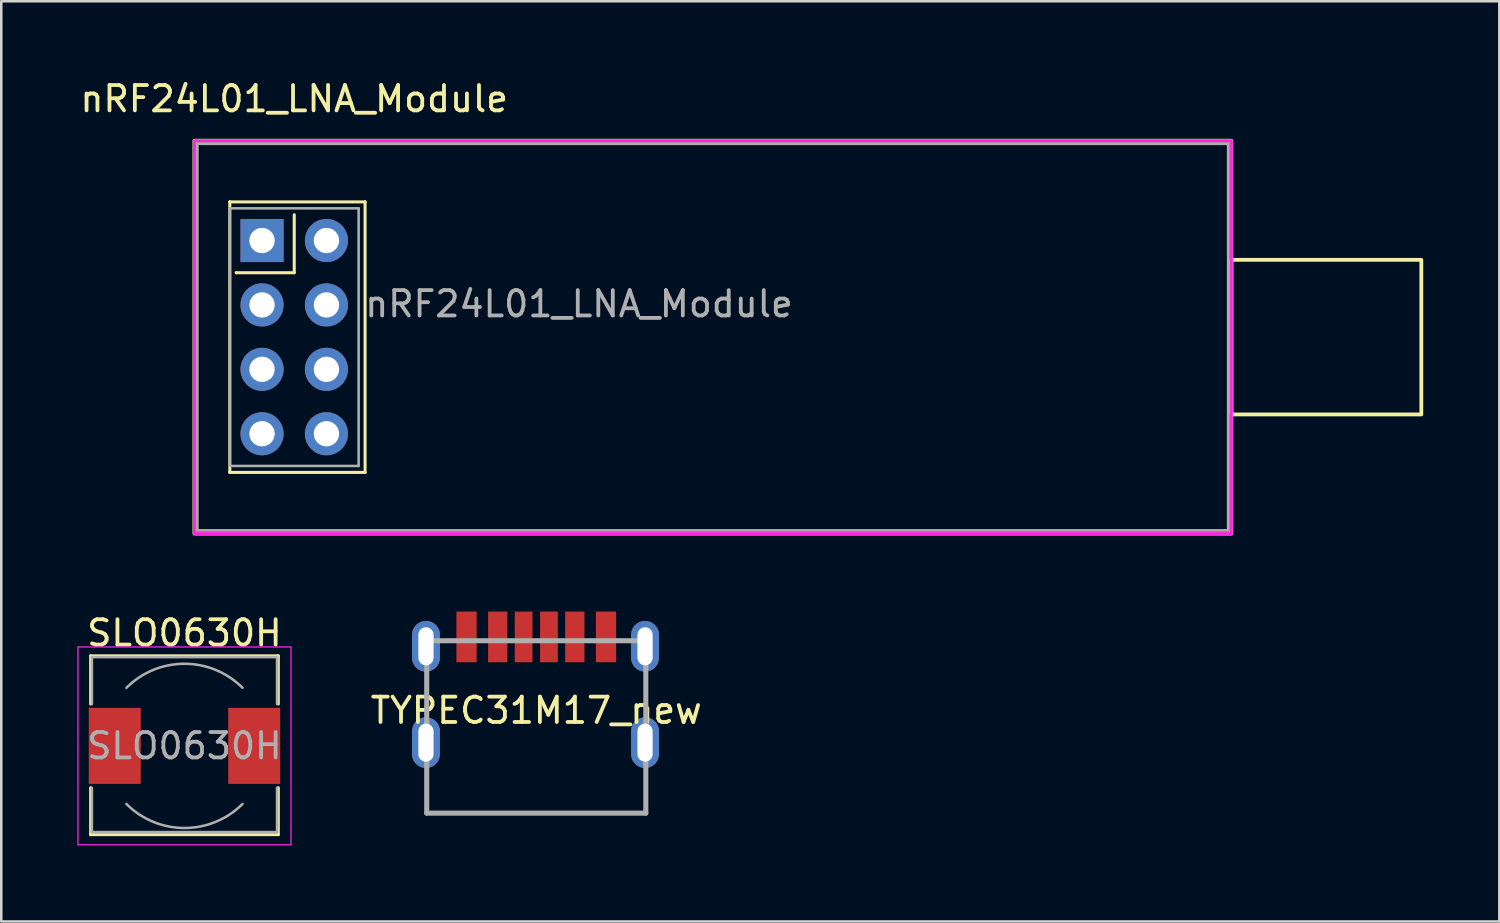
<source format=kicad_pcb>
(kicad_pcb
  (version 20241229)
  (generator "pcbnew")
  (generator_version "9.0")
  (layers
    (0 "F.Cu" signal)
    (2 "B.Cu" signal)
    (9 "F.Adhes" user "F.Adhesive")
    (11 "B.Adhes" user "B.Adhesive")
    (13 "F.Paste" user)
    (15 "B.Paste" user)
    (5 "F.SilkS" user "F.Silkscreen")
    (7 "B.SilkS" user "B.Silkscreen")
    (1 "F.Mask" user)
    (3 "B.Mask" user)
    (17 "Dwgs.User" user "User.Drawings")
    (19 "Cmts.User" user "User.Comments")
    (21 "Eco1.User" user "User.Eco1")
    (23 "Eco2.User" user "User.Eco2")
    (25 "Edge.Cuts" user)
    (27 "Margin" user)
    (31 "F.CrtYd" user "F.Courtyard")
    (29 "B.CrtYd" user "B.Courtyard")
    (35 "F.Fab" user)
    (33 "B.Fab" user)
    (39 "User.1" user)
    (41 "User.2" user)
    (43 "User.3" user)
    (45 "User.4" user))
  (footprint "nRF24L01_LNA_Module"
    (layer "F.Cu")
    (at 7.284 6.436)
    (property "Reference" "nRF24L01_LNA_Module" (at 1.27 -5.588 0) (layer "F.SilkS") (effects (font (size 1 1) (thickness 0.15))))
    (attr through_hole)
    (fp_line (start -1.27 -1.524) (end -1.27 -1.524) (stroke (width 0.12) (type solid)) (layer "F.SilkS"))
    (fp_line (start -1.27 -1.524) (end 4.064 -1.524) (stroke (width 0.12) (type solid)) (layer "F.SilkS"))
    (fp_line (start -1.27 9.144) (end -1.27 -1.524) (stroke (width 0.12) (type solid)) (layer "F.SilkS"))
    (fp_line (start -1.27 9.144) (end -1.27 9.144) (stroke (width 0.12) (type solid)) (layer "F.SilkS"))
    (fp_line (start -1.016 1.27) (end -1.016 1.27) (stroke (width 0.12) (type solid)) (layer "F.SilkS"))
    (fp_line (start 1.27 -1.016) (end 1.27 1.27) (stroke (width 0.12) (type solid)) (layer "F.SilkS"))
    (fp_line (start 1.27 1.27) (end -1.016 1.27) (stroke (width 0.12) (type solid)) (layer "F.SilkS"))
    (fp_line (start 4.064 -1.524) (end 4.064 9.144) (stroke (width 0.12) (type solid)) (layer "F.SilkS"))
    (fp_line (start 4.064 9.144) (end -1.27 9.144) (stroke (width 0.12) (type solid)) (layer "F.SilkS"))
    (fp_rect (start -2.667 -3.937) (end 38.227 11.557) (stroke (width 0.15) (type solid)) (fill no) (layer "F.SilkS"))
    (fp_rect (start 38.227 0.762) (end 45.72 6.858) (stroke (width 0.15) (type solid)) (fill no) (layer "F.SilkS"))
    (fp_rect (start -2.667 -3.937) (end 38.227 11.557) (stroke (width 0.12) (type solid)) (fill no) (layer "F.CrtYd"))
    (fp_line (start -1.27 -1.27) (end -1.27 -1.27) (stroke (width 0.1) (type solid)) (layer "F.Fab"))
    (fp_line (start -1.27 -1.27) (end 3.81 -1.27) (stroke (width 0.1) (type solid)) (layer "F.Fab"))
    (fp_line (start -1.27 8.89) (end -1.27 -1.27) (stroke (width 0.1) (type solid)) (layer "F.Fab"))
    (fp_line (start 3.81 -1.27) (end 3.81 8.89) (stroke (width 0.1) (type solid)) (layer "F.Fab"))
    (fp_line (start 3.81 8.89) (end -1.27 8.89) (stroke (width 0.1) (type solid)) (layer "F.Fab"))
    (fp_rect (start -2.549 -3.812) (end 38.1 11.43) (stroke (width 0.1) (type solid)) (fill no) (layer "F.Fab"))
    (fp_text user "${REFERENCE}" (at 12.5 2.5 0) (layer "F.Fab") (effects (font (size 1 1) (thickness 0.15))))
    (pad "1" thru_hole rect (at 0 0) (size 1.7 1.7) (drill 1) (layers "*.Cu" "*.Mask"))
    (pad "2" thru_hole circle (at 2.54 0) (size 1.7 1.7) (drill 1) (layers "*.Cu" "*.Mask"))
    (pad "3" thru_hole circle (at 0 2.54) (size 1.7 1.7) (drill 1) (layers "*.Cu" "*.Mask"))
    (pad "4" thru_hole circle (at 2.54 2.54) (size 1.7 1.7) (drill 1) (layers "*.Cu" "*.Mask"))
    (pad "5" thru_hole circle (at 0 5.08) (size 1.7 1.7) (drill 1) (layers "*.Cu" "*.Mask"))
    (pad "6" thru_hole circle (at 2.54 5.08) (size 1.7 1.7) (drill 1) (layers "*.Cu" "*.Mask"))
    (pad "7" thru_hole circle (at 0 7.62) (size 1.7 1.7) (drill 1) (layers "*.Cu" "*.Mask"))
    (pad "8" thru_hole circle (at 2.54 7.62) (size 1.7 1.7) (drill 1) (layers "*.Cu" "*.Mask")))
  (footprint "TYPEC31M17_new"
    (layer "F.Cu")
    (at 18.099 29.018)
    (property "Reference" "TYPEC31M17_new" (at 0 -4.05 0) (layer "F.SilkS") (effects (font (size 1 1) (thickness 0.15))))
    (attr through_hole)
    (fp_line (start -4.32 0) (end 4.32 0) (stroke (width 0.1) (type solid)) (layer "F.SilkS"))
    (fp_line (start -4.32 -6.8) (end 4.32 -6.8) (stroke (width 0.2) (type solid)) (layer "F.Fab"))
    (fp_line (start -4.32 0) (end -4.32 -6.8) (stroke (width 0.2) (type solid)) (layer "F.Fab"))
    (fp_line (start 4.32 -6.8) (end 4.32 0) (stroke (width 0.2) (type solid)) (layer "F.Fab"))
    (fp_line (start 4.32 0) (end -4.32 0) (stroke (width 0.2) (type solid)) (layer "F.Fab"))
    (pad "A5" smd rect (at -0.5 -6.95 90) (size 2 0.7) (layers "F.Cu" "F.Mask" "F.Paste"))
    (pad "A9" smd rect (at 1.52 -6.95 90) (size 2 0.76) (layers "F.Cu" "F.Mask" "F.Paste"))
    (pad "A12" smd rect (at 2.75 -6.95 90) (size 2 0.8) (layers "F.Cu" "F.Mask" "F.Paste"))
    (pad "B5" smd rect (at 0.5 -6.95 90) (size 2 0.7) (layers "F.Cu" "F.Mask" "F.Paste"))
    (pad "B9" smd rect (at -1.52 -6.95 90) (size 2 0.76) (layers "F.Cu" "F.Mask" "F.Paste"))
    (pad "B12" smd rect (at -2.75 -6.95 90) (size 2 0.8) (layers "F.Cu" "F.Mask" "F.Paste"))
    (pad "MH1" thru_hole oval (at -4.35 -2.78) (size 1.1 2) (drill oval 0.6 1.5) (layers "*.Cu" "*.Mask"))
    (pad "MH2" thru_hole oval (at 4.29 -2.78) (size 1.1 2) (drill oval 0.6 1.5) (layers "*.Cu" "*.Mask"))
    (pad "MH3" thru_hole oval (at 4.29 -6.58) (size 1.1 2) (drill oval 0.6 1.5) (layers "*.Cu" "*.Mask"))
    (pad "MH4" thru_hole oval (at -4.35 -6.58) (size 1.1 2) (drill oval 0.6 1.5) (layers "*.Cu" "*.Mask")))
  (footprint "SLO0630H"
    (layer "F.Cu")
    (at 4.225 26.366)
    (property "Reference" "SLO0630H" (at 0 -4.45 0) (layer "F.SilkS") (effects (font (size 1 1) (thickness 0.15))))
    (attr smd)
    (fp_line (start -3.7 -3.55) (end 3.7 -3.55) (stroke (width 0.12) (type solid)) (layer "F.SilkS"))
    (fp_line (start -3.7 -1.65) (end -3.7 -3.55) (stroke (width 0.12) (type solid)) (layer "F.SilkS"))
    (fp_line (start -3.7 3.5) (end -3.7 1.65) (stroke (width 0.12) (type solid)) (layer "F.SilkS"))
    (fp_line (start 3.7 -3.55) (end 3.7 -1.65) (stroke (width 0.12) (type solid)) (layer "F.SilkS"))
    (fp_line (start 3.7 1.65) (end 3.7 3.5) (stroke (width 0.12) (type solid)) (layer "F.SilkS"))
    (fp_line (start 3.7 3.5) (end -3.7 3.5) (stroke (width 0.12) (type solid)) (layer "F.SilkS"))
    (fp_line (start -4.2 -3.9) (end -4.2 3.9) (stroke (width 0.05) (type solid)) (layer "F.CrtYd"))
    (fp_line (start -4.2 3.9) (end 4.2 3.9) (stroke (width 0.05) (type solid)) (layer "F.CrtYd"))
    (fp_line (start 4.2 -3.9) (end -4.2 -3.9) (stroke (width 0.05) (type solid)) (layer "F.CrtYd"))
    (fp_line (start 4.2 3.9) (end 4.2 -3.9) (stroke (width 0.05) (type solid)) (layer "F.CrtYd"))
    (fp_line (start -3.65 -3.5) (end -3.65 -1.65) (stroke (width 0.1) (type solid)) (layer "F.Fab"))
    (fp_line (start -3.65 -3.5) (end 3.65 -3.5) (stroke (width 0.1) (type solid)) (layer "F.Fab"))
    (fp_line (start -3.65 3.4) (end -3.65 1.65) (stroke (width 0.1) (type solid)) (layer "F.Fab"))
    (fp_line (start 3.65 -3.5) (end 3.65 -1.65) (stroke (width 0.1) (type solid)) (layer "F.Fab"))
    (fp_line (start 3.65 3.4) (end -3.65 3.4) (stroke (width 0.1) (type solid)) (layer "F.Fab"))
    (fp_line (start 3.65 3.4) (end 3.65 1.65) (stroke (width 0.1) (type solid)) (layer "F.Fab"))
    (fp_arc (start -2.29 -2.29) (mid 0 -3.238549) (end 2.29 -2.29) (stroke (width 0.1) (type solid)) (layer "F.Fab"))
    (fp_arc (start 2.29 2.29) (mid 0 3.238549) (end -2.29 2.29) (stroke (width 0.1) (type solid)) (layer "F.Fab"))
    (fp_text user "${REFERENCE}" (at 0 0 0) (layer "F.Fab") (effects (font (size 1 1) (thickness 0.15))))
    (pad "1" smd rect (at -2.75 0) (size 2.05 3) (layers "F.Cu" "F.Mask" "F.Paste"))
    (pad "2" smd rect (at 2.75 0) (size 2.05 3) (layers "F.Cu" "F.Mask" "F.Paste")))
  (gr_rect
    (start -3 -3)
    (end 56.079 33.291)
    (stroke (width 0.1) (type default))
    (fill no)
    (layer "Edge.Cuts")))
</source>
